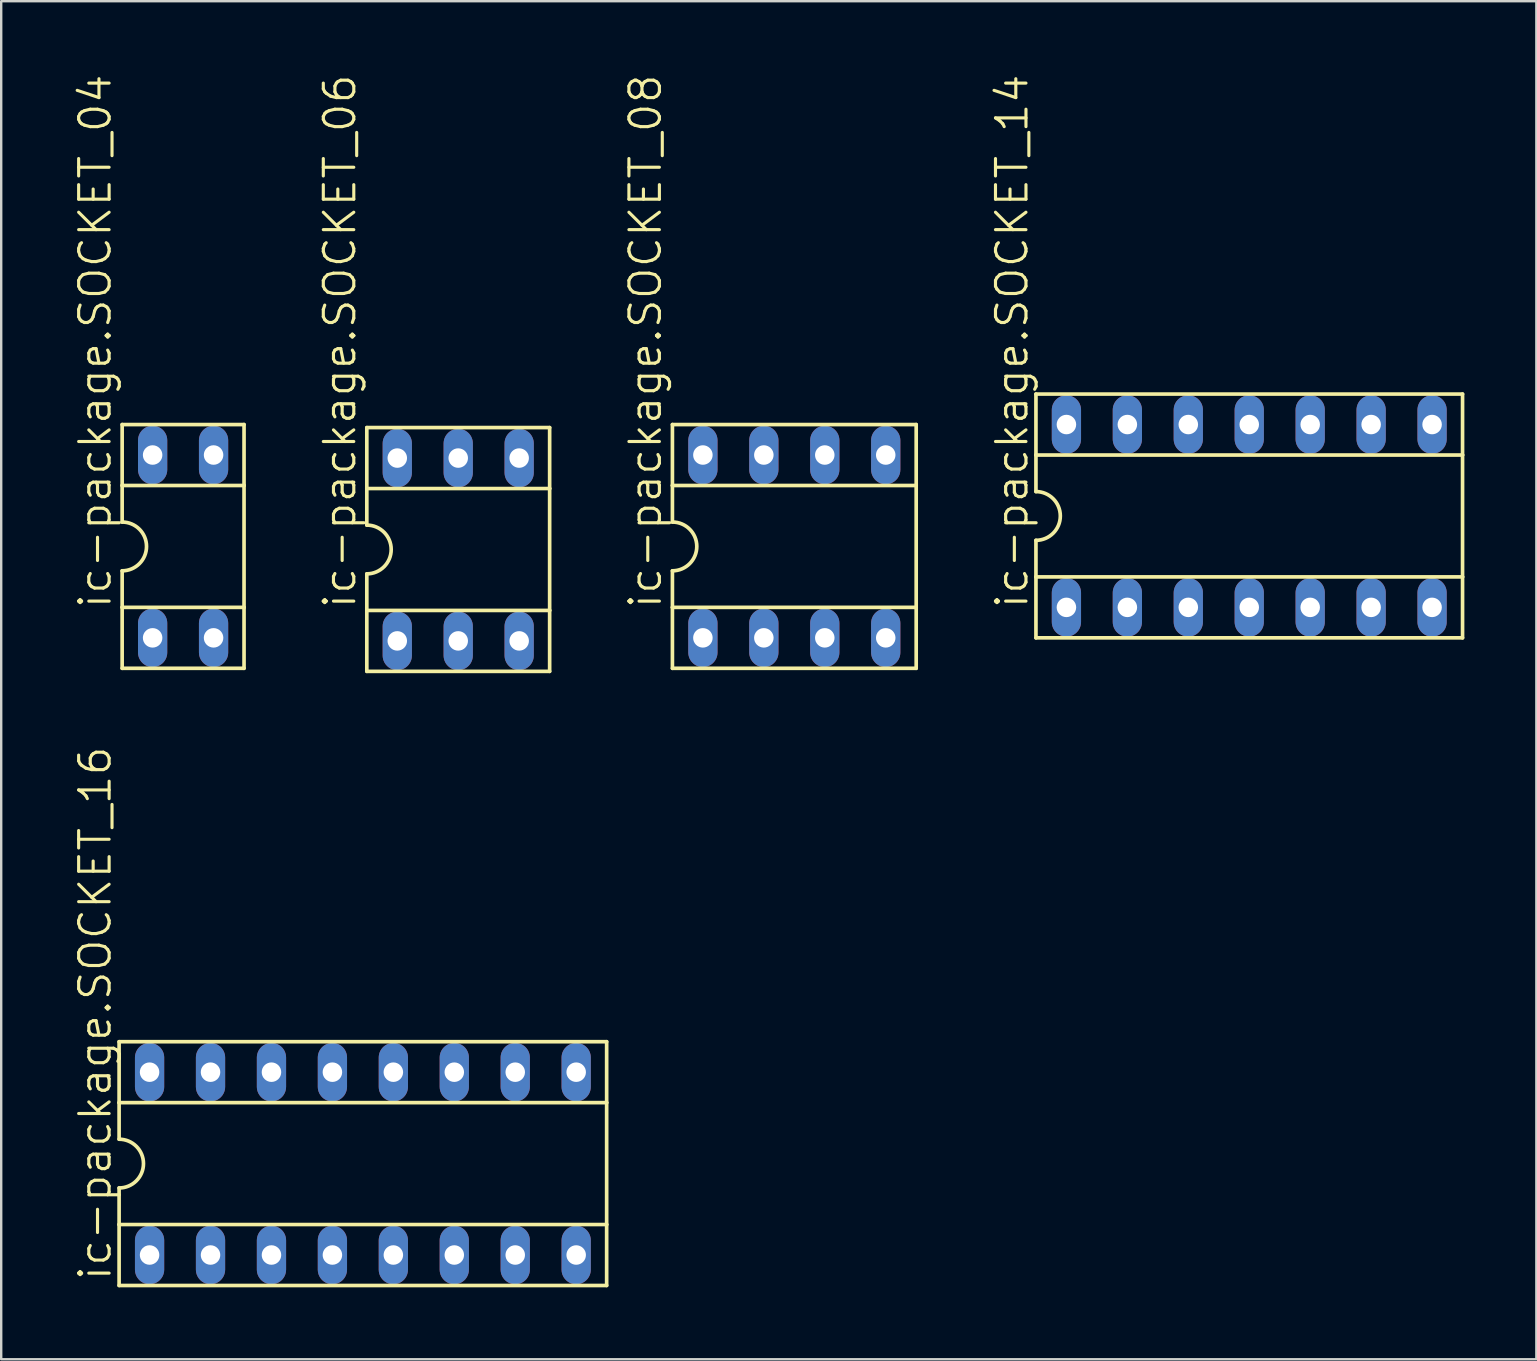
<source format=kicad_pcb>
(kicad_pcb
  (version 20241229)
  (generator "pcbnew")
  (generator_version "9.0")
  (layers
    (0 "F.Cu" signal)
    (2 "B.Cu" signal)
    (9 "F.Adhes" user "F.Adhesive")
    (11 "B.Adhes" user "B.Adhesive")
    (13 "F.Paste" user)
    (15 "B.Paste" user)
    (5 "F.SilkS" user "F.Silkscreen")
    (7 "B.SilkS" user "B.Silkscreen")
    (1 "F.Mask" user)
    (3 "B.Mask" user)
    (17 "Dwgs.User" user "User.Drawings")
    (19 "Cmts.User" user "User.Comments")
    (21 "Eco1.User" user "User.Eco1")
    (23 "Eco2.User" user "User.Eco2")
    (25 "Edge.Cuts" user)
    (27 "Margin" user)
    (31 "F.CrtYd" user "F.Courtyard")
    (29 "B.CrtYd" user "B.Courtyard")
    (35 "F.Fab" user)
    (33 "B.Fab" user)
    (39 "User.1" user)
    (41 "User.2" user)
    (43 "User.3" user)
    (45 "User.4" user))
  (footprint "ic-package.SOCKET_16"
    (layer "F.Cu")
    (at 12.074 45.446)
    (property "Reference" "ic-package.SOCKET_16" (at -10.414 4.953 90) (layer "F.SilkS") (effects (font (size 1.27 1.27) (thickness 0.13)) (justify left bottom)))
    (attr through_hole)
    (fp_line (start -10.16 -5.08) (end -10.16 -2.54) (stroke (width 0.152) (type default)) (layer "F.SilkS"))
    (fp_line (start -10.16 -2.54) (end -10.16 -1.016) (stroke (width 0.152) (type default)) (layer "F.SilkS"))
    (fp_line (start -10.16 -2.54) (end 10.16 -2.54) (stroke (width 0.152) (type default)) (layer "F.SilkS"))
    (fp_line (start -10.16 2.54) (end -10.16 1.016) (stroke (width 0.152) (type default)) (layer "F.SilkS"))
    (fp_line (start -10.16 2.54) (end 10.16 2.54) (stroke (width 0.152) (type default)) (layer "F.SilkS"))
    (fp_line (start -10.16 5.08) (end -10.16 2.54) (stroke (width 0.152) (type default)) (layer "F.SilkS"))
    (fp_line (start -10.16 5.08) (end 10.16 5.08) (stroke (width 0.152) (type default)) (layer "F.SilkS"))
    (fp_line (start 10.16 -5.08) (end -10.16 -5.08) (stroke (width 0.152) (type default)) (layer "F.SilkS"))
    (fp_line (start 10.16 -5.08) (end 10.16 -2.54) (stroke (width 0.152) (type default)) (layer "F.SilkS"))
    (fp_line (start 10.16 -2.54) (end 10.16 2.54) (stroke (width 0.152) (type default)) (layer "F.SilkS"))
    (fp_line (start 10.16 2.54) (end 10.16 5.08) (stroke (width 0.152) (type default)) (layer "F.SilkS"))
    (fp_arc (start -10.16 -1.016) (mid -9.144 0) (end -10.16 1.016) (stroke (width 0.1524) (type default)) (layer "F.SilkS"))
    (pad "1" thru_hole oval (at -8.89 3.81 90) (size 2.438 1.219) (drill 0.813) (layers "*.Cu" "*.Mask"))
    (pad "2" thru_hole oval (at -6.35 3.81 90) (size 2.438 1.219) (drill 0.813) (layers "*.Cu" "*.Mask"))
    (pad "3" thru_hole oval (at -3.81 3.81 90) (size 2.438 1.219) (drill 0.813) (layers "*.Cu" "*.Mask"))
    (pad "4" thru_hole oval (at -1.27 3.81 90) (size 2.438 1.219) (drill 0.813) (layers "*.Cu" "*.Mask"))
    (pad "5" thru_hole oval (at 1.27 3.81 90) (size 2.438 1.219) (drill 0.813) (layers "*.Cu" "*.Mask"))
    (pad "6" thru_hole oval (at 3.81 3.81 90) (size 2.438 1.219) (drill 0.813) (layers "*.Cu" "*.Mask"))
    (pad "7" thru_hole oval (at 6.35 3.81 90) (size 2.438 1.219) (drill 0.813) (layers "*.Cu" "*.Mask"))
    (pad "8" thru_hole oval (at 8.89 3.81 90) (size 2.438 1.219) (drill 0.813) (layers "*.Cu" "*.Mask"))
    (pad "9" thru_hole oval (at 8.89 -3.81 90) (size 2.438 1.219) (drill 0.813) (layers "*.Cu" "*.Mask"))
    (pad "10" thru_hole oval (at 6.35 -3.81 90) (size 2.438 1.219) (drill 0.813) (layers "*.Cu" "*.Mask"))
    (pad "11" thru_hole oval (at 3.81 -3.81 90) (size 2.438 1.219) (drill 0.813) (layers "*.Cu" "*.Mask"))
    (pad "12" thru_hole oval (at 1.27 -3.81 90) (size 2.438 1.219) (drill 0.813) (layers "*.Cu" "*.Mask"))
    (pad "13" thru_hole oval (at -1.27 -3.81 90) (size 2.438 1.219) (drill 0.813) (layers "*.Cu" "*.Mask"))
    (pad "14" thru_hole oval (at -3.81 -3.81 90) (size 2.438 1.219) (drill 0.813) (layers "*.Cu" "*.Mask"))
    (pad "15" thru_hole oval (at -6.35 -3.81 90) (size 2.438 1.219) (drill 0.813) (layers "*.Cu" "*.Mask"))
    (pad "16" thru_hole oval (at -8.89 -3.81 90) (size 2.438 1.219) (drill 0.813) (layers "*.Cu" "*.Mask")))
  (footprint "ic-package.SOCKET_08"
    (layer "F.Cu")
    (at 30.055 19.724)
    (property "Reference" "ic-package.SOCKET_08" (at -5.461 2.667 90) (layer "F.SilkS") (effects (font (size 1.27 1.27) (thickness 0.13)) (justify left bottom)))
    (attr through_hole)
    (fp_line (start -5.08 -5.08) (end -5.08 -2.54) (stroke (width 0.152) (type default)) (layer "F.SilkS"))
    (fp_line (start -5.08 -2.54) (end -5.08 -1.016) (stroke (width 0.152) (type default)) (layer "F.SilkS"))
    (fp_line (start -5.08 -2.54) (end 5.08 -2.54) (stroke (width 0.152) (type default)) (layer "F.SilkS"))
    (fp_line (start -5.08 2.54) (end -5.08 1.016) (stroke (width 0.152) (type default)) (layer "F.SilkS"))
    (fp_line (start -5.08 2.54) (end 5.08 2.54) (stroke (width 0.152) (type default)) (layer "F.SilkS"))
    (fp_line (start -5.08 5.08) (end -5.08 2.54) (stroke (width 0.152) (type default)) (layer "F.SilkS"))
    (fp_line (start -5.08 5.08) (end 5.08 5.08) (stroke (width 0.152) (type default)) (layer "F.SilkS"))
    (fp_line (start 5.08 -5.08) (end -5.08 -5.08) (stroke (width 0.152) (type default)) (layer "F.SilkS"))
    (fp_line (start 5.08 -5.08) (end 5.08 -2.54) (stroke (width 0.152) (type default)) (layer "F.SilkS"))
    (fp_line (start 5.08 -2.54) (end 5.08 2.54) (stroke (width 0.152) (type default)) (layer "F.SilkS"))
    (fp_line (start 5.08 2.54) (end 5.08 5.08) (stroke (width 0.152) (type default)) (layer "F.SilkS"))
    (fp_arc (start -5.08 -1.016) (mid -4.064 0) (end -5.08 1.016) (stroke (width 0.1524) (type default)) (layer "F.SilkS"))
    (pad "1" thru_hole oval (at -3.81 3.81 90) (size 2.438 1.219) (drill 0.813) (layers "*.Cu" "*.Mask"))
    (pad "2" thru_hole oval (at -1.27 3.81 90) (size 2.438 1.219) (drill 0.813) (layers "*.Cu" "*.Mask"))
    (pad "3" thru_hole oval (at 1.27 3.81 90) (size 2.438 1.219) (drill 0.813) (layers "*.Cu" "*.Mask"))
    (pad "4" thru_hole oval (at 3.81 3.81 90) (size 2.438 1.219) (drill 0.813) (layers "*.Cu" "*.Mask"))
    (pad "5" thru_hole oval (at 3.81 -3.81 90) (size 2.438 1.219) (drill 0.813) (layers "*.Cu" "*.Mask"))
    (pad "6" thru_hole oval (at 1.27 -3.81 90) (size 2.438 1.219) (drill 0.813) (layers "*.Cu" "*.Mask"))
    (pad "7" thru_hole oval (at -1.27 -3.81 90) (size 2.438 1.219) (drill 0.813) (layers "*.Cu" "*.Mask"))
    (pad "8" thru_hole oval (at -3.81 -3.81 90) (size 2.438 1.219) (drill 0.813) (layers "*.Cu" "*.Mask")))
  (footprint "ic-package.SOCKET_04"
    (layer "F.Cu")
    (at 4.581 19.724)
    (property "Reference" "ic-package.SOCKET_04" (at -2.921 2.667 90) (layer "F.SilkS") (effects (font (size 1.27 1.27) (thickness 0.13)) (justify left bottom)))
    (attr through_hole)
    (fp_line (start -2.54 -5.08) (end -2.54 -2.54) (stroke (width 0.152) (type default)) (layer "F.SilkS"))
    (fp_line (start -2.54 -2.54) (end -2.54 -1.016) (stroke (width 0.152) (type default)) (layer "F.SilkS"))
    (fp_line (start -2.54 -2.54) (end 2.54 -2.54) (stroke (width 0.152) (type default)) (layer "F.SilkS"))
    (fp_line (start -2.54 2.54) (end -2.54 1.016) (stroke (width 0.152) (type default)) (layer "F.SilkS"))
    (fp_line (start -2.54 2.54) (end 2.54 2.54) (stroke (width 0.152) (type default)) (layer "F.SilkS"))
    (fp_line (start -2.54 5.08) (end -2.54 2.54) (stroke (width 0.152) (type default)) (layer "F.SilkS"))
    (fp_line (start -2.54 5.08) (end 2.54 5.08) (stroke (width 0.152) (type default)) (layer "F.SilkS"))
    (fp_line (start 2.54 -5.08) (end -2.54 -5.08) (stroke (width 0.152) (type default)) (layer "F.SilkS"))
    (fp_line (start 2.54 -5.08) (end 2.54 -2.54) (stroke (width 0.152) (type default)) (layer "F.SilkS"))
    (fp_line (start 2.54 -2.54) (end 2.54 2.54) (stroke (width 0.152) (type default)) (layer "F.SilkS"))
    (fp_line (start 2.54 2.54) (end 2.54 5.08) (stroke (width 0.152) (type default)) (layer "F.SilkS"))
    (fp_arc (start -2.54 -1.016) (mid -1.524 0) (end -2.54 1.016) (stroke (width 0.1524) (type default)) (layer "F.SilkS"))
    (pad "1" thru_hole oval (at -1.27 3.81 90) (size 2.438 1.219) (drill 0.813) (layers "*.Cu" "*.Mask"))
    (pad "2" thru_hole oval (at 1.27 3.81 90) (size 2.438 1.219) (drill 0.813) (layers "*.Cu" "*.Mask"))
    (pad "3" thru_hole oval (at 1.27 -3.81 90) (size 2.438 1.219) (drill 0.813) (layers "*.Cu" "*.Mask"))
    (pad "4" thru_hole oval (at -1.27 -3.81 90) (size 2.438 1.219) (drill 0.813) (layers "*.Cu" "*.Mask")))
  (footprint "ic-package.SOCKET_06"
    (layer "F.Cu")
    (at 16.048 19.851)
    (property "Reference" "ic-package.SOCKET_06" (at -4.191 2.54 90) (layer "F.SilkS") (effects (font (size 1.27 1.27) (thickness 0.13)) (justify left bottom)))
    (attr through_hole)
    (fp_line (start -3.81 -5.08) (end -3.81 -2.54) (stroke (width 0.152) (type default)) (layer "F.SilkS"))
    (fp_line (start -3.81 -2.54) (end -3.81 -1.016) (stroke (width 0.152) (type default)) (layer "F.SilkS"))
    (fp_line (start -3.81 -2.54) (end 3.81 -2.54) (stroke (width 0.152) (type default)) (layer "F.SilkS"))
    (fp_line (start -3.81 2.54) (end -3.81 1.016) (stroke (width 0.152) (type default)) (layer "F.SilkS"))
    (fp_line (start -3.81 2.54) (end 3.81 2.54) (stroke (width 0.152) (type default)) (layer "F.SilkS"))
    (fp_line (start -3.81 5.08) (end -3.81 2.54) (stroke (width 0.152) (type default)) (layer "F.SilkS"))
    (fp_line (start -3.81 5.08) (end 3.81 5.08) (stroke (width 0.152) (type default)) (layer "F.SilkS"))
    (fp_line (start 3.81 -5.08) (end -3.81 -5.08) (stroke (width 0.152) (type default)) (layer "F.SilkS"))
    (fp_line (start 3.81 -5.08) (end 3.81 -2.54) (stroke (width 0.152) (type default)) (layer "F.SilkS"))
    (fp_line (start 3.81 -2.54) (end 3.81 2.54) (stroke (width 0.152) (type default)) (layer "F.SilkS"))
    (fp_line (start 3.81 2.54) (end 3.81 5.08) (stroke (width 0.152) (type default)) (layer "F.SilkS"))
    (fp_arc (start -3.81 -1.016) (mid -2.794 0) (end -3.81 1.016) (stroke (width 0.1524) (type default)) (layer "F.SilkS"))
    (pad "1" thru_hole oval (at -2.54 3.81 90) (size 2.438 1.219) (drill 0.813) (layers "*.Cu" "*.Mask"))
    (pad "2" thru_hole oval (at 0 3.81 90) (size 2.438 1.219) (drill 0.813) (layers "*.Cu" "*.Mask"))
    (pad "3" thru_hole oval (at 2.54 3.81 90) (size 2.438 1.219) (drill 0.813) (layers "*.Cu" "*.Mask"))
    (pad "4" thru_hole oval (at 2.54 -3.81 90) (size 2.438 1.219) (drill 0.813) (layers "*.Cu" "*.Mask"))
    (pad "5" thru_hole oval (at 0 -3.81 90) (size 2.438 1.219) (drill 0.813) (layers "*.Cu" "*.Mask"))
    (pad "6" thru_hole oval (at -2.54 -3.81 90) (size 2.438 1.219) (drill 0.813) (layers "*.Cu" "*.Mask")))
  (footprint "ic-package.SOCKET_14"
    (layer "F.Cu")
    (at 49.016 18.454)
    (property "Reference" "ic-package.SOCKET_14" (at -9.144 3.937 90) (layer "F.SilkS") (effects (font (size 1.27 1.27) (thickness 0.13)) (justify left bottom)))
    (attr through_hole)
    (fp_line (start -8.89 -5.08) (end -8.89 -2.54) (stroke (width 0.152) (type default)) (layer "F.SilkS"))
    (fp_line (start -8.89 -2.54) (end -8.89 -1.016) (stroke (width 0.152) (type default)) (layer "F.SilkS"))
    (fp_line (start -8.89 -2.54) (end 8.89 -2.54) (stroke (width 0.152) (type default)) (layer "F.SilkS"))
    (fp_line (start -8.89 2.54) (end -8.89 1.016) (stroke (width 0.152) (type default)) (layer "F.SilkS"))
    (fp_line (start -8.89 2.54) (end 8.89 2.54) (stroke (width 0.152) (type default)) (layer "F.SilkS"))
    (fp_line (start -8.89 5.08) (end -8.89 2.54) (stroke (width 0.152) (type default)) (layer "F.SilkS"))
    (fp_line (start -8.89 5.08) (end 8.89 5.08) (stroke (width 0.152) (type default)) (layer "F.SilkS"))
    (fp_line (start 8.89 -5.08) (end -8.89 -5.08) (stroke (width 0.152) (type default)) (layer "F.SilkS"))
    (fp_line (start 8.89 -5.08) (end 8.89 -2.54) (stroke (width 0.152) (type default)) (layer "F.SilkS"))
    (fp_line (start 8.89 -2.54) (end 8.89 2.54) (stroke (width 0.152) (type default)) (layer "F.SilkS"))
    (fp_line (start 8.89 2.54) (end 8.89 5.08) (stroke (width 0.152) (type default)) (layer "F.SilkS"))
    (fp_arc (start -8.89 -1.016) (mid -7.874 0) (end -8.89 1.016) (stroke (width 0.1524) (type default)) (layer "F.SilkS"))
    (pad "1" thru_hole oval (at -7.62 3.81 90) (size 2.438 1.219) (drill 0.813) (layers "*.Cu" "*.Mask"))
    (pad "2" thru_hole oval (at -5.08 3.81 90) (size 2.438 1.219) (drill 0.813) (layers "*.Cu" "*.Mask"))
    (pad "3" thru_hole oval (at -2.54 3.81 90) (size 2.438 1.219) (drill 0.813) (layers "*.Cu" "*.Mask"))
    (pad "4" thru_hole oval (at 0 3.81 90) (size 2.438 1.219) (drill 0.813) (layers "*.Cu" "*.Mask"))
    (pad "5" thru_hole oval (at 2.54 3.81 90) (size 2.438 1.219) (drill 0.813) (layers "*.Cu" "*.Mask"))
    (pad "6" thru_hole oval (at 5.08 3.81 90) (size 2.438 1.219) (drill 0.813) (layers "*.Cu" "*.Mask"))
    (pad "7" thru_hole oval (at 7.62 3.81 90) (size 2.438 1.219) (drill 0.813) (layers "*.Cu" "*.Mask"))
    (pad "8" thru_hole oval (at 7.62 -3.81 90) (size 2.438 1.219) (drill 0.813) (layers "*.Cu" "*.Mask"))
    (pad "9" thru_hole oval (at 5.08 -3.81 90) (size 2.438 1.219) (drill 0.813) (layers "*.Cu" "*.Mask"))
    (pad "10" thru_hole oval (at 2.54 -3.81 90) (size 2.438 1.219) (drill 0.813) (layers "*.Cu" "*.Mask"))
    (pad "11" thru_hole oval (at 0 -3.81 90) (size 2.438 1.219) (drill 0.813) (layers "*.Cu" "*.Mask"))
    (pad "12" thru_hole oval (at -2.54 -3.81 90) (size 2.438 1.219) (drill 0.813) (layers "*.Cu" "*.Mask"))
    (pad "13" thru_hole oval (at -5.08 -3.81 90) (size 2.438 1.219) (drill 0.813) (layers "*.Cu" "*.Mask"))
    (pad "14" thru_hole oval (at -7.62 -3.81 90) (size 2.438 1.219) (drill 0.813) (layers "*.Cu" "*.Mask")))
  (gr_rect
    (start -3 -3)
    (end 60.982 53.602)
    (stroke (width 0.1) (type default))
    (fill no)
    (layer "Edge.Cuts")))
</source>
